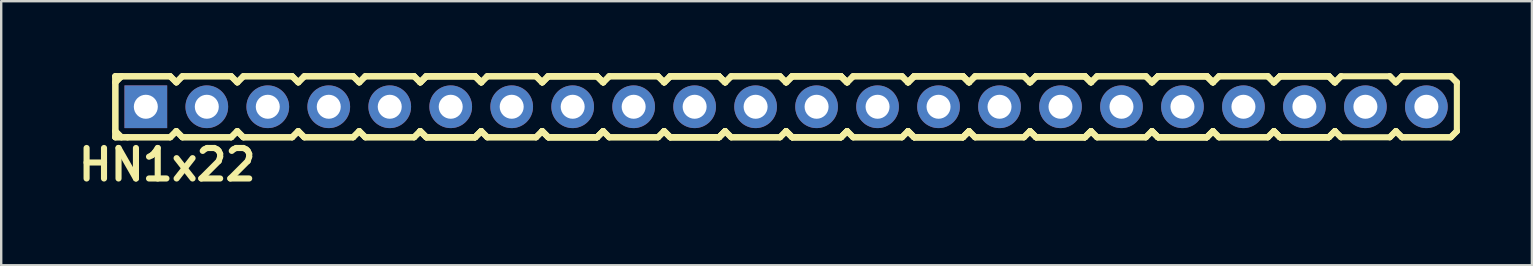
<source format=kicad_pcb>
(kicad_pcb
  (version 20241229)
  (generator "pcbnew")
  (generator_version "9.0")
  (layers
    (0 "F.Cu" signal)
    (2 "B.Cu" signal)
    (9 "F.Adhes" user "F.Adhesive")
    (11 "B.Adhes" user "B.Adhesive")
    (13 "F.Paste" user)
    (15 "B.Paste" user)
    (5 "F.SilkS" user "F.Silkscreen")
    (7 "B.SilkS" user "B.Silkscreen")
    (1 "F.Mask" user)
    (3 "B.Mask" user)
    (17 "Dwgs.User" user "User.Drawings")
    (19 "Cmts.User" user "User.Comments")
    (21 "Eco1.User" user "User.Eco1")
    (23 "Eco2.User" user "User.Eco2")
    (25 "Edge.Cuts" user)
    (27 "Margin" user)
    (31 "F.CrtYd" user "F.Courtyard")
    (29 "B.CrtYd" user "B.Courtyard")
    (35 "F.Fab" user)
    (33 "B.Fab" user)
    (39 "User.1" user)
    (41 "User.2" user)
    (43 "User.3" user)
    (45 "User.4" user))
  (footprint "HN1x22"
    (layer "F.Cu")
    (at 29.694 1.397)
    (property "Reference" "HN1x22" (at -25.781 2.413 0) (layer "F.SilkS") (effects (font (size 1.27 1.27) (thickness 0.254))))
    (attr through_hole)
    (fp_line (start -27.94 -1.27) (end -27.94 1.27) (stroke (width 0.254) (type solid)) (layer "F.SilkS"))
    (fp_line (start -27.94 -1.27) (end -27.94 1.27) (stroke (width 0.254) (type solid)) (layer "F.SilkS"))
    (fp_line (start -27.94 -1.27) (end -27.686 -1.27) (stroke (width 0.254) (type solid)) (layer "F.SilkS"))
    (fp_line (start -27.94 -1.27) (end -27.686 -1.27) (stroke (width 0.254) (type solid)) (layer "F.SilkS"))
    (fp_line (start -27.94 -1.016) (end -27.686 -1.27) (stroke (width 0.254) (type solid)) (layer "F.SilkS"))
    (fp_line (start -27.94 -1.016) (end -27.686 -1.27) (stroke (width 0.254) (type solid)) (layer "F.SilkS"))
    (fp_line (start -27.686 -1.27) (end -25.654 -1.27) (stroke (width 0.254) (type solid)) (layer "F.SilkS"))
    (fp_line (start -27.686 -1.27) (end -25.654 -1.27) (stroke (width 0.254) (type solid)) (layer "F.SilkS"))
    (fp_line (start -27.686 1.27) (end -27.94 1.016) (stroke (width 0.254) (type solid)) (layer "F.SilkS"))
    (fp_line (start -27.686 1.27) (end -27.94 1.016) (stroke (width 0.254) (type solid)) (layer "F.SilkS"))
    (fp_line (start -27.432 1.27) (end -27.94 1.27) (stroke (width 0.254) (type solid)) (layer "F.SilkS"))
    (fp_line (start -27.432 1.27) (end -27.94 1.27) (stroke (width 0.254) (type solid)) (layer "F.SilkS"))
    (fp_line (start -25.654 -1.27) (end -25.4 -1.016) (stroke (width 0.254) (type solid)) (layer "F.SilkS"))
    (fp_line (start -25.654 -1.27) (end -25.4 -1.016) (stroke (width 0.254) (type solid)) (layer "F.SilkS"))
    (fp_line (start -25.654 1.27) (end -27.432 1.27) (stroke (width 0.254) (type solid)) (layer "F.SilkS"))
    (fp_line (start -25.654 1.27) (end -27.432 1.27) (stroke (width 0.254) (type solid)) (layer "F.SilkS"))
    (fp_line (start -25.4 -1.016) (end -25.146 -1.27) (stroke (width 0.254) (type solid)) (layer "F.SilkS"))
    (fp_line (start -25.4 -1.016) (end -25.146 -1.27) (stroke (width 0.254) (type solid)) (layer "F.SilkS"))
    (fp_line (start -25.4 1.016) (end -25.654 1.27) (stroke (width 0.254) (type solid)) (layer "F.SilkS"))
    (fp_line (start -25.4 1.016) (end -25.654 1.27) (stroke (width 0.254) (type solid)) (layer "F.SilkS"))
    (fp_line (start -25.146 -1.27) (end -23.114 -1.27) (stroke (width 0.254) (type solid)) (layer "F.SilkS"))
    (fp_line (start -25.146 -1.27) (end -23.114 -1.27) (stroke (width 0.254) (type solid)) (layer "F.SilkS"))
    (fp_line (start -25.146 1.27) (end -25.4 1.016) (stroke (width 0.254) (type solid)) (layer "F.SilkS"))
    (fp_line (start -25.146 1.27) (end -25.4 1.016) (stroke (width 0.254) (type solid)) (layer "F.SilkS"))
    (fp_line (start -23.114 -1.27) (end -22.86 -1.016) (stroke (width 0.254) (type solid)) (layer "F.SilkS"))
    (fp_line (start -23.114 -1.27) (end -22.86 -1.016) (stroke (width 0.254) (type solid)) (layer "F.SilkS"))
    (fp_line (start -23.114 1.27) (end -25.146 1.27) (stroke (width 0.254) (type solid)) (layer "F.SilkS"))
    (fp_line (start -23.114 1.27) (end -25.146 1.27) (stroke (width 0.254) (type solid)) (layer "F.SilkS"))
    (fp_line (start -23.114 1.27) (end -22.86 1.016) (stroke (width 0.254) (type solid)) (layer "F.SilkS"))
    (fp_line (start -23.114 1.27) (end -22.86 1.016) (stroke (width 0.254) (type solid)) (layer "F.SilkS"))
    (fp_line (start -22.86 -1.016) (end -22.606 -1.27) (stroke (width 0.254) (type solid)) (layer "F.SilkS"))
    (fp_line (start -22.86 -1.016) (end -22.606 -1.27) (stroke (width 0.254) (type solid)) (layer "F.SilkS"))
    (fp_line (start -22.86 1.016) (end -22.606 1.27) (stroke (width 0.254) (type solid)) (layer "F.SilkS"))
    (fp_line (start -22.86 1.016) (end -22.606 1.27) (stroke (width 0.254) (type solid)) (layer "F.SilkS"))
    (fp_line (start -22.606 -1.27) (end -20.574 -1.27) (stroke (width 0.254) (type solid)) (layer "F.SilkS"))
    (fp_line (start -22.606 -1.27) (end -20.574 -1.27) (stroke (width 0.254) (type solid)) (layer "F.SilkS"))
    (fp_line (start -20.574 -1.27) (end -20.32 -1.016) (stroke (width 0.254) (type solid)) (layer "F.SilkS"))
    (fp_line (start -20.574 -1.27) (end -20.32 -1.016) (stroke (width 0.254) (type solid)) (layer "F.SilkS"))
    (fp_line (start -20.574 1.27) (end -22.606 1.27) (stroke (width 0.254) (type solid)) (layer "F.SilkS"))
    (fp_line (start -20.574 1.27) (end -22.606 1.27) (stroke (width 0.254) (type solid)) (layer "F.SilkS"))
    (fp_line (start -20.32 -1.016) (end -20.066 -1.27) (stroke (width 0.254) (type solid)) (layer "F.SilkS"))
    (fp_line (start -20.32 -1.016) (end -20.066 -1.27) (stroke (width 0.254) (type solid)) (layer "F.SilkS"))
    (fp_line (start -20.32 1.016) (end -20.574 1.27) (stroke (width 0.254) (type solid)) (layer "F.SilkS"))
    (fp_line (start -20.32 1.016) (end -20.574 1.27) (stroke (width 0.254) (type solid)) (layer "F.SilkS"))
    (fp_line (start -20.066 -1.27) (end -18.034 -1.27) (stroke (width 0.254) (type solid)) (layer "F.SilkS"))
    (fp_line (start -20.066 -1.27) (end -18.034 -1.27) (stroke (width 0.254) (type solid)) (layer "F.SilkS"))
    (fp_line (start -20.066 1.27) (end -20.32 1.016) (stroke (width 0.254) (type solid)) (layer "F.SilkS"))
    (fp_line (start -20.066 1.27) (end -20.32 1.016) (stroke (width 0.254) (type solid)) (layer "F.SilkS"))
    (fp_line (start -18.034 -1.27) (end -17.78 -1.016) (stroke (width 0.254) (type solid)) (layer "F.SilkS"))
    (fp_line (start -18.034 -1.27) (end -17.78 -1.016) (stroke (width 0.254) (type solid)) (layer "F.SilkS"))
    (fp_line (start -18.034 1.27) (end -20.066 1.27) (stroke (width 0.254) (type solid)) (layer "F.SilkS"))
    (fp_line (start -18.034 1.27) (end -20.066 1.27) (stroke (width 0.254) (type solid)) (layer "F.SilkS"))
    (fp_line (start -17.78 -1.016) (end -17.526 -1.27) (stroke (width 0.254) (type solid)) (layer "F.SilkS"))
    (fp_line (start -17.78 -1.016) (end -17.526 -1.27) (stroke (width 0.254) (type solid)) (layer "F.SilkS"))
    (fp_line (start -17.78 1.016) (end -18.034 1.27) (stroke (width 0.254) (type solid)) (layer "F.SilkS"))
    (fp_line (start -17.78 1.016) (end -18.034 1.27) (stroke (width 0.254) (type solid)) (layer "F.SilkS"))
    (fp_line (start -17.526 -1.27) (end -15.494 -1.27) (stroke (width 0.254) (type solid)) (layer "F.SilkS"))
    (fp_line (start -17.526 -1.27) (end -15.494 -1.27) (stroke (width 0.254) (type solid)) (layer "F.SilkS"))
    (fp_line (start -17.526 1.27) (end -17.78 1.016) (stroke (width 0.254) (type solid)) (layer "F.SilkS"))
    (fp_line (start -17.526 1.27) (end -17.78 1.016) (stroke (width 0.254) (type solid)) (layer "F.SilkS"))
    (fp_line (start -15.494 -1.27) (end -15.24 -1.016) (stroke (width 0.254) (type solid)) (layer "F.SilkS"))
    (fp_line (start -15.494 -1.27) (end -15.24 -1.016) (stroke (width 0.254) (type solid)) (layer "F.SilkS"))
    (fp_line (start -15.494 1.27) (end -17.526 1.27) (stroke (width 0.254) (type solid)) (layer "F.SilkS"))
    (fp_line (start -15.494 1.27) (end -17.526 1.27) (stroke (width 0.254) (type solid)) (layer "F.SilkS"))
    (fp_line (start -15.24 -1.016) (end -14.986 -1.27) (stroke (width 0.254) (type solid)) (layer "F.SilkS"))
    (fp_line (start -15.24 -1.016) (end -14.986 -1.27) (stroke (width 0.254) (type solid)) (layer "F.SilkS"))
    (fp_line (start -15.24 -1.016) (end -14.986 -1.27) (stroke (width 0.254) (type solid)) (layer "F.SilkS"))
    (fp_line (start -15.24 -1.016) (end -14.986 -1.27) (stroke (width 0.254) (type solid)) (layer "F.SilkS"))
    (fp_line (start -15.24 1.016) (end -15.494 1.27) (stroke (width 0.254) (type solid)) (layer "F.SilkS"))
    (fp_line (start -15.24 1.016) (end -15.494 1.27) (stroke (width 0.254) (type solid)) (layer "F.SilkS"))
    (fp_line (start -14.986 -1.27) (end -12.954 -1.27) (stroke (width 0.254) (type solid)) (layer "F.SilkS"))
    (fp_line (start -14.986 -1.27) (end -12.954 -1.27) (stroke (width 0.254) (type solid)) (layer "F.SilkS"))
    (fp_line (start -14.986 -1.27) (end -12.954 -1.27) (stroke (width 0.254) (type solid)) (layer "F.SilkS"))
    (fp_line (start -14.986 -1.27) (end -12.954 -1.27) (stroke (width 0.254) (type solid)) (layer "F.SilkS"))
    (fp_line (start -14.986 1.27) (end -15.24 1.016) (stroke (width 0.254) (type solid)) (layer "F.SilkS"))
    (fp_line (start -14.986 1.27) (end -15.24 1.016) (stroke (width 0.254) (type solid)) (layer "F.SilkS"))
    (fp_line (start -14.986 1.27) (end -15.24 1.016) (stroke (width 0.254) (type solid)) (layer "F.SilkS"))
    (fp_line (start -14.986 1.27) (end -15.24 1.016) (stroke (width 0.254) (type solid)) (layer "F.SilkS"))
    (fp_line (start -12.954 -1.27) (end -12.7 -1.016) (stroke (width 0.254) (type solid)) (layer "F.SilkS"))
    (fp_line (start -12.954 -1.27) (end -12.7 -1.016) (stroke (width 0.254) (type solid)) (layer "F.SilkS"))
    (fp_line (start -12.954 -1.27) (end -12.7 -1.016) (stroke (width 0.254) (type solid)) (layer "F.SilkS"))
    (fp_line (start -12.954 -1.27) (end -12.7 -1.016) (stroke (width 0.254) (type solid)) (layer "F.SilkS"))
    (fp_line (start -12.954 1.27) (end -14.986 1.27) (stroke (width 0.254) (type solid)) (layer "F.SilkS"))
    (fp_line (start -12.954 1.27) (end -14.986 1.27) (stroke (width 0.254) (type solid)) (layer "F.SilkS"))
    (fp_line (start -12.954 1.27) (end -14.986 1.27) (stroke (width 0.254) (type solid)) (layer "F.SilkS"))
    (fp_line (start -12.954 1.27) (end -14.986 1.27) (stroke (width 0.254) (type solid)) (layer "F.SilkS"))
    (fp_line (start -12.7 -1.016) (end -12.446 -1.27) (stroke (width 0.254) (type solid)) (layer "F.SilkS"))
    (fp_line (start -12.7 -1.016) (end -12.446 -1.27) (stroke (width 0.254) (type solid)) (layer "F.SilkS"))
    (fp_line (start -12.7 1.016) (end -12.954 1.27) (stroke (width 0.254) (type solid)) (layer "F.SilkS"))
    (fp_line (start -12.7 1.016) (end -12.954 1.27) (stroke (width 0.254) (type solid)) (layer "F.SilkS"))
    (fp_line (start -12.7 1.016) (end -12.954 1.27) (stroke (width 0.254) (type solid)) (layer "F.SilkS"))
    (fp_line (start -12.7 1.016) (end -12.954 1.27) (stroke (width 0.254) (type solid)) (layer "F.SilkS"))
    (fp_line (start -12.446 -1.27) (end -10.414 -1.27) (stroke (width 0.254) (type solid)) (layer "F.SilkS"))
    (fp_line (start -12.446 -1.27) (end -10.414 -1.27) (stroke (width 0.254) (type solid)) (layer "F.SilkS"))
    (fp_line (start -12.446 1.27) (end -12.7 1.016) (stroke (width 0.254) (type solid)) (layer "F.SilkS"))
    (fp_line (start -12.446 1.27) (end -12.7 1.016) (stroke (width 0.254) (type solid)) (layer "F.SilkS"))
    (fp_line (start -10.414 -1.27) (end -10.16 -1.016) (stroke (width 0.254) (type solid)) (layer "F.SilkS"))
    (fp_line (start -10.414 -1.27) (end -10.16 -1.016) (stroke (width 0.254) (type solid)) (layer "F.SilkS"))
    (fp_line (start -10.414 1.27) (end -12.446 1.27) (stroke (width 0.254) (type solid)) (layer "F.SilkS"))
    (fp_line (start -10.414 1.27) (end -12.446 1.27) (stroke (width 0.254) (type solid)) (layer "F.SilkS"))
    (fp_line (start -10.16 -1.016) (end -9.906 -1.27) (stroke (width 0.254) (type solid)) (layer "F.SilkS"))
    (fp_line (start -10.16 -1.016) (end -9.906 -1.27) (stroke (width 0.254) (type solid)) (layer "F.SilkS"))
    (fp_line (start -10.16 -1.016) (end -9.906 -1.27) (stroke (width 0.254) (type solid)) (layer "F.SilkS"))
    (fp_line (start -10.16 -1.016) (end -9.906 -1.27) (stroke (width 0.254) (type solid)) (layer "F.SilkS"))
    (fp_line (start -10.16 1.016) (end -10.414 1.27) (stroke (width 0.254) (type solid)) (layer "F.SilkS"))
    (fp_line (start -10.16 1.016) (end -10.414 1.27) (stroke (width 0.254) (type solid)) (layer "F.SilkS"))
    (fp_line (start -9.906 -1.27) (end -7.874 -1.27) (stroke (width 0.254) (type solid)) (layer "F.SilkS"))
    (fp_line (start -9.906 -1.27) (end -7.874 -1.27) (stroke (width 0.254) (type solid)) (layer "F.SilkS"))
    (fp_line (start -9.906 -1.27) (end -7.874 -1.27) (stroke (width 0.254) (type solid)) (layer "F.SilkS"))
    (fp_line (start -9.906 -1.27) (end -7.874 -1.27) (stroke (width 0.254) (type solid)) (layer "F.SilkS"))
    (fp_line (start -9.906 1.27) (end -10.16 1.016) (stroke (width 0.254) (type solid)) (layer "F.SilkS"))
    (fp_line (start -9.906 1.27) (end -10.16 1.016) (stroke (width 0.254) (type solid)) (layer "F.SilkS"))
    (fp_line (start -9.906 1.27) (end -10.16 1.016) (stroke (width 0.254) (type solid)) (layer "F.SilkS"))
    (fp_line (start -9.906 1.27) (end -10.16 1.016) (stroke (width 0.254) (type solid)) (layer "F.SilkS"))
    (fp_line (start -7.874 -1.27) (end -7.62 -1.016) (stroke (width 0.254) (type solid)) (layer "F.SilkS"))
    (fp_line (start -7.874 -1.27) (end -7.62 -1.016) (stroke (width 0.254) (type solid)) (layer "F.SilkS"))
    (fp_line (start -7.874 -1.27) (end -7.62 -1.016) (stroke (width 0.254) (type solid)) (layer "F.SilkS"))
    (fp_line (start -7.874 -1.27) (end -7.62 -1.016) (stroke (width 0.254) (type solid)) (layer "F.SilkS"))
    (fp_line (start -7.874 1.27) (end -9.906 1.27) (stroke (width 0.254) (type solid)) (layer "F.SilkS"))
    (fp_line (start -7.874 1.27) (end -9.906 1.27) (stroke (width 0.254) (type solid)) (layer "F.SilkS"))
    (fp_line (start -7.874 1.27) (end -9.906 1.27) (stroke (width 0.254) (type solid)) (layer "F.SilkS"))
    (fp_line (start -7.874 1.27) (end -9.906 1.27) (stroke (width 0.254) (type solid)) (layer "F.SilkS"))
    (fp_line (start -7.62 -1.016) (end -7.366 -1.27) (stroke (width 0.254) (type solid)) (layer "F.SilkS"))
    (fp_line (start -7.62 -1.016) (end -7.366 -1.27) (stroke (width 0.254) (type solid)) (layer "F.SilkS"))
    (fp_line (start -7.62 1.016) (end -7.874 1.27) (stroke (width 0.254) (type solid)) (layer "F.SilkS"))
    (fp_line (start -7.62 1.016) (end -7.874 1.27) (stroke (width 0.254) (type solid)) (layer "F.SilkS"))
    (fp_line (start -7.62 1.016) (end -7.874 1.27) (stroke (width 0.254) (type solid)) (layer "F.SilkS"))
    (fp_line (start -7.62 1.016) (end -7.874 1.27) (stroke (width 0.254) (type solid)) (layer "F.SilkS"))
    (fp_line (start -7.366 -1.27) (end -5.334 -1.27) (stroke (width 0.254) (type solid)) (layer "F.SilkS"))
    (fp_line (start -7.366 -1.27) (end -5.334 -1.27) (stroke (width 0.254) (type solid)) (layer "F.SilkS"))
    (fp_line (start -7.366 1.27) (end -7.62 1.016) (stroke (width 0.254) (type solid)) (layer "F.SilkS"))
    (fp_line (start -7.366 1.27) (end -7.62 1.016) (stroke (width 0.254) (type solid)) (layer "F.SilkS"))
    (fp_line (start -5.334 -1.27) (end -5.08 -1.016) (stroke (width 0.254) (type solid)) (layer "F.SilkS"))
    (fp_line (start -5.334 -1.27) (end -5.08 -1.016) (stroke (width 0.254) (type solid)) (layer "F.SilkS"))
    (fp_line (start -5.334 1.27) (end -7.366 1.27) (stroke (width 0.254) (type solid)) (layer "F.SilkS"))
    (fp_line (start -5.334 1.27) (end -7.366 1.27) (stroke (width 0.254) (type solid)) (layer "F.SilkS"))
    (fp_line (start -5.08 -1.016) (end -4.826 -1.27) (stroke (width 0.254) (type solid)) (layer "F.SilkS"))
    (fp_line (start -5.08 -1.016) (end -4.826 -1.27) (stroke (width 0.254) (type solid)) (layer "F.SilkS"))
    (fp_line (start -5.08 -1.016) (end -4.826 -1.27) (stroke (width 0.254) (type solid)) (layer "F.SilkS"))
    (fp_line (start -5.08 -1.016) (end -4.826 -1.27) (stroke (width 0.254) (type solid)) (layer "F.SilkS"))
    (fp_line (start -5.08 1.016) (end -5.334 1.27) (stroke (width 0.254) (type solid)) (layer "F.SilkS"))
    (fp_line (start -5.08 1.016) (end -5.334 1.27) (stroke (width 0.254) (type solid)) (layer "F.SilkS"))
    (fp_line (start -4.826 -1.27) (end -2.794 -1.27) (stroke (width 0.254) (type solid)) (layer "F.SilkS"))
    (fp_line (start -4.826 -1.27) (end -2.794 -1.27) (stroke (width 0.254) (type solid)) (layer "F.SilkS"))
    (fp_line (start -4.826 -1.27) (end -2.794 -1.27) (stroke (width 0.254) (type solid)) (layer "F.SilkS"))
    (fp_line (start -4.826 -1.27) (end -2.794 -1.27) (stroke (width 0.254) (type solid)) (layer "F.SilkS"))
    (fp_line (start -4.826 1.27) (end -5.08 1.016) (stroke (width 0.254) (type solid)) (layer "F.SilkS"))
    (fp_line (start -4.826 1.27) (end -5.08 1.016) (stroke (width 0.254) (type solid)) (layer "F.SilkS"))
    (fp_line (start -4.826 1.27) (end -5.08 1.016) (stroke (width 0.254) (type solid)) (layer "F.SilkS"))
    (fp_line (start -4.826 1.27) (end -5.08 1.016) (stroke (width 0.254) (type solid)) (layer "F.SilkS"))
    (fp_line (start -2.794 -1.27) (end -2.54 -1.016) (stroke (width 0.254) (type solid)) (layer "F.SilkS"))
    (fp_line (start -2.794 -1.27) (end -2.54 -1.016) (stroke (width 0.254) (type solid)) (layer "F.SilkS"))
    (fp_line (start -2.794 -1.27) (end -2.54 -1.016) (stroke (width 0.254) (type solid)) (layer "F.SilkS"))
    (fp_line (start -2.794 -1.27) (end -2.54 -1.016) (stroke (width 0.254) (type solid)) (layer "F.SilkS"))
    (fp_line (start -2.794 1.27) (end -4.826 1.27) (stroke (width 0.254) (type solid)) (layer "F.SilkS"))
    (fp_line (start -2.794 1.27) (end -4.826 1.27) (stroke (width 0.254) (type solid)) (layer "F.SilkS"))
    (fp_line (start -2.794 1.27) (end -4.826 1.27) (stroke (width 0.254) (type solid)) (layer "F.SilkS"))
    (fp_line (start -2.794 1.27) (end -4.826 1.27) (stroke (width 0.254) (type solid)) (layer "F.SilkS"))
    (fp_line (start -2.54 -1.016) (end -2.286 -1.27) (stroke (width 0.254) (type solid)) (layer "F.SilkS"))
    (fp_line (start -2.54 -1.016) (end -2.286 -1.27) (stroke (width 0.254) (type solid)) (layer "F.SilkS"))
    (fp_line (start -2.54 1.016) (end -2.794 1.27) (stroke (width 0.254) (type solid)) (layer "F.SilkS"))
    (fp_line (start -2.54 1.016) (end -2.794 1.27) (stroke (width 0.254) (type solid)) (layer "F.SilkS"))
    (fp_line (start -2.54 1.016) (end -2.794 1.27) (stroke (width 0.254) (type solid)) (layer "F.SilkS"))
    (fp_line (start -2.54 1.016) (end -2.794 1.27) (stroke (width 0.254) (type solid)) (layer "F.SilkS"))
    (fp_line (start -2.286 -1.27) (end -0.254 -1.27) (stroke (width 0.254) (type solid)) (layer "F.SilkS"))
    (fp_line (start -2.286 -1.27) (end -0.254 -1.27) (stroke (width 0.254) (type solid)) (layer "F.SilkS"))
    (fp_line (start -2.286 1.27) (end -2.54 1.016) (stroke (width 0.254) (type solid)) (layer "F.SilkS"))
    (fp_line (start -2.286 1.27) (end -2.54 1.016) (stroke (width 0.254) (type solid)) (layer "F.SilkS"))
    (fp_line (start -0.254 -1.27) (end 0 -1.016) (stroke (width 0.254) (type solid)) (layer "F.SilkS"))
    (fp_line (start -0.254 -1.27) (end 0 -1.016) (stroke (width 0.254) (type solid)) (layer "F.SilkS"))
    (fp_line (start -0.254 1.27) (end -2.286 1.27) (stroke (width 0.254) (type solid)) (layer "F.SilkS"))
    (fp_line (start -0.254 1.27) (end -2.286 1.27) (stroke (width 0.254) (type solid)) (layer "F.SilkS"))
    (fp_line (start 0 -1.016) (end 0.254 -1.27) (stroke (width 0.254) (type solid)) (layer "F.SilkS"))
    (fp_line (start 0 -1.016) (end 0.254 -1.27) (stroke (width 0.254) (type solid)) (layer "F.SilkS"))
    (fp_line (start 0 -1.016) (end 0.254 -1.27) (stroke (width 0.254) (type solid)) (layer "F.SilkS"))
    (fp_line (start 0 -1.016) (end 0.254 -1.27) (stroke (width 0.254) (type solid)) (layer "F.SilkS"))
    (fp_line (start 0 1.016) (end -0.254 1.27) (stroke (width 0.254) (type solid)) (layer "F.SilkS"))
    (fp_line (start 0 1.016) (end -0.254 1.27) (stroke (width 0.254) (type solid)) (layer "F.SilkS"))
    (fp_line (start 0.254 -1.27) (end 2.286 -1.27) (stroke (width 0.254) (type solid)) (layer "F.SilkS"))
    (fp_line (start 0.254 -1.27) (end 2.286 -1.27) (stroke (width 0.254) (type solid)) (layer "F.SilkS"))
    (fp_line (start 0.254 -1.27) (end 2.286 -1.27) (stroke (width 0.254) (type solid)) (layer "F.SilkS"))
    (fp_line (start 0.254 -1.27) (end 2.286 -1.27) (stroke (width 0.254) (type solid)) (layer "F.SilkS"))
    (fp_line (start 0.254 1.27) (end 0 1.016) (stroke (width 0.254) (type solid)) (layer "F.SilkS"))
    (fp_line (start 0.254 1.27) (end 0 1.016) (stroke (width 0.254) (type solid)) (layer "F.SilkS"))
    (fp_line (start 0.254 1.27) (end 0 1.016) (stroke (width 0.254) (type solid)) (layer "F.SilkS"))
    (fp_line (start 0.254 1.27) (end 0 1.016) (stroke (width 0.254) (type solid)) (layer "F.SilkS"))
    (fp_line (start 2.286 -1.27) (end 2.54 -1.016) (stroke (width 0.254) (type solid)) (layer "F.SilkS"))
    (fp_line (start 2.286 -1.27) (end 2.54 -1.016) (stroke (width 0.254) (type solid)) (layer "F.SilkS"))
    (fp_line (start 2.286 -1.27) (end 2.54 -1.016) (stroke (width 0.254) (type solid)) (layer "F.SilkS"))
    (fp_line (start 2.286 -1.27) (end 2.54 -1.016) (stroke (width 0.254) (type solid)) (layer "F.SilkS"))
    (fp_line (start 2.286 1.27) (end 0.254 1.27) (stroke (width 0.254) (type solid)) (layer "F.SilkS"))
    (fp_line (start 2.286 1.27) (end 0.254 1.27) (stroke (width 0.254) (type solid)) (layer "F.SilkS"))
    (fp_line (start 2.286 1.27) (end 0.254 1.27) (stroke (width 0.254) (type solid)) (layer "F.SilkS"))
    (fp_line (start 2.286 1.27) (end 0.254 1.27) (stroke (width 0.254) (type solid)) (layer "F.SilkS"))
    (fp_line (start 2.54 -1.016) (end 2.794 -1.27) (stroke (width 0.254) (type solid)) (layer "F.SilkS"))
    (fp_line (start 2.54 -1.016) (end 2.794 -1.27) (stroke (width 0.254) (type solid)) (layer "F.SilkS"))
    (fp_line (start 2.54 1.016) (end 2.286 1.27) (stroke (width 0.254) (type solid)) (layer "F.SilkS"))
    (fp_line (start 2.54 1.016) (end 2.286 1.27) (stroke (width 0.254) (type solid)) (layer "F.SilkS"))
    (fp_line (start 2.54 1.016) (end 2.286 1.27) (stroke (width 0.254) (type solid)) (layer "F.SilkS"))
    (fp_line (start 2.54 1.016) (end 2.286 1.27) (stroke (width 0.254) (type solid)) (layer "F.SilkS"))
    (fp_line (start 2.794 -1.27) (end 4.826 -1.27) (stroke (width 0.254) (type solid)) (layer "F.SilkS"))
    (fp_line (start 2.794 -1.27) (end 4.826 -1.27) (stroke (width 0.254) (type solid)) (layer "F.SilkS"))
    (fp_line (start 2.794 1.27) (end 2.54 1.016) (stroke (width 0.254) (type solid)) (layer "F.SilkS"))
    (fp_line (start 2.794 1.27) (end 2.54 1.016) (stroke (width 0.254) (type solid)) (layer "F.SilkS"))
    (fp_line (start 4.826 -1.27) (end 5.08 -1.016) (stroke (width 0.254) (type solid)) (layer "F.SilkS"))
    (fp_line (start 4.826 -1.27) (end 5.08 -1.016) (stroke (width 0.254) (type solid)) (layer "F.SilkS"))
    (fp_line (start 4.826 1.27) (end 2.794 1.27) (stroke (width 0.254) (type solid)) (layer "F.SilkS"))
    (fp_line (start 4.826 1.27) (end 2.794 1.27) (stroke (width 0.254) (type solid)) (layer "F.SilkS"))
    (fp_line (start 5.08 -1.016) (end 5.334 -1.27) (stroke (width 0.254) (type solid)) (layer "F.SilkS"))
    (fp_line (start 5.08 -1.016) (end 5.334 -1.27) (stroke (width 0.254) (type solid)) (layer "F.SilkS"))
    (fp_line (start 5.08 -1.016) (end 5.334 -1.27) (stroke (width 0.254) (type solid)) (layer "F.SilkS"))
    (fp_line (start 5.08 -1.016) (end 5.334 -1.27) (stroke (width 0.254) (type solid)) (layer "F.SilkS"))
    (fp_line (start 5.08 1.016) (end 4.826 1.27) (stroke (width 0.254) (type solid)) (layer "F.SilkS"))
    (fp_line (start 5.08 1.016) (end 4.826 1.27) (stroke (width 0.254) (type solid)) (layer "F.SilkS"))
    (fp_line (start 5.334 -1.27) (end 7.366 -1.27) (stroke (width 0.254) (type solid)) (layer "F.SilkS"))
    (fp_line (start 5.334 -1.27) (end 7.366 -1.27) (stroke (width 0.254) (type solid)) (layer "F.SilkS"))
    (fp_line (start 5.334 -1.27) (end 7.366 -1.27) (stroke (width 0.254) (type solid)) (layer "F.SilkS"))
    (fp_line (start 5.334 -1.27) (end 7.366 -1.27) (stroke (width 0.254) (type solid)) (layer "F.SilkS"))
    (fp_line (start 5.334 1.27) (end 5.08 1.016) (stroke (width 0.254) (type solid)) (layer "F.SilkS"))
    (fp_line (start 5.334 1.27) (end 5.08 1.016) (stroke (width 0.254) (type solid)) (layer "F.SilkS"))
    (fp_line (start 5.334 1.27) (end 5.08 1.016) (stroke (width 0.254) (type solid)) (layer "F.SilkS"))
    (fp_line (start 5.334 1.27) (end 5.08 1.016) (stroke (width 0.254) (type solid)) (layer "F.SilkS"))
    (fp_line (start 7.366 -1.27) (end 7.62 -1.016) (stroke (width 0.254) (type solid)) (layer "F.SilkS"))
    (fp_line (start 7.366 -1.27) (end 7.62 -1.016) (stroke (width 0.254) (type solid)) (layer "F.SilkS"))
    (fp_line (start 7.366 -1.27) (end 7.62 -1.016) (stroke (width 0.254) (type solid)) (layer "F.SilkS"))
    (fp_line (start 7.366 -1.27) (end 7.62 -1.016) (stroke (width 0.254) (type solid)) (layer "F.SilkS"))
    (fp_line (start 7.366 1.27) (end 5.334 1.27) (stroke (width 0.254) (type solid)) (layer "F.SilkS"))
    (fp_line (start 7.366 1.27) (end 5.334 1.27) (stroke (width 0.254) (type solid)) (layer "F.SilkS"))
    (fp_line (start 7.366 1.27) (end 5.334 1.27) (stroke (width 0.254) (type solid)) (layer "F.SilkS"))
    (fp_line (start 7.366 1.27) (end 5.334 1.27) (stroke (width 0.254) (type solid)) (layer "F.SilkS"))
    (fp_line (start 7.62 -1.016) (end 7.874 -1.27) (stroke (width 0.254) (type solid)) (layer "F.SilkS"))
    (fp_line (start 7.62 -1.016) (end 7.874 -1.27) (stroke (width 0.254) (type solid)) (layer "F.SilkS"))
    (fp_line (start 7.62 1.016) (end 7.366 1.27) (stroke (width 0.254) (type solid)) (layer "F.SilkS"))
    (fp_line (start 7.62 1.016) (end 7.366 1.27) (stroke (width 0.254) (type solid)) (layer "F.SilkS"))
    (fp_line (start 7.62 1.016) (end 7.366 1.27) (stroke (width 0.254) (type solid)) (layer "F.SilkS"))
    (fp_line (start 7.62 1.016) (end 7.366 1.27) (stroke (width 0.254) (type solid)) (layer "F.SilkS"))
    (fp_line (start 7.874 -1.27) (end 9.906 -1.27) (stroke (width 0.254) (type solid)) (layer "F.SilkS"))
    (fp_line (start 7.874 -1.27) (end 9.906 -1.27) (stroke (width 0.254) (type solid)) (layer "F.SilkS"))
    (fp_line (start 7.874 1.27) (end 7.62 1.016) (stroke (width 0.254) (type solid)) (layer "F.SilkS"))
    (fp_line (start 7.874 1.27) (end 7.62 1.016) (stroke (width 0.254) (type solid)) (layer "F.SilkS"))
    (fp_line (start 9.906 -1.27) (end 10.16 -1.016) (stroke (width 0.254) (type solid)) (layer "F.SilkS"))
    (fp_line (start 9.906 -1.27) (end 10.16 -1.016) (stroke (width 0.254) (type solid)) (layer "F.SilkS"))
    (fp_line (start 9.906 1.27) (end 7.874 1.27) (stroke (width 0.254) (type solid)) (layer "F.SilkS"))
    (fp_line (start 9.906 1.27) (end 7.874 1.27) (stroke (width 0.254) (type solid)) (layer "F.SilkS"))
    (fp_line (start 10.16 -1.016) (end 10.414 -1.27) (stroke (width 0.254) (type solid)) (layer "F.SilkS"))
    (fp_line (start 10.16 -1.016) (end 10.414 -1.27) (stroke (width 0.254) (type solid)) (layer "F.SilkS"))
    (fp_line (start 10.16 -1.016) (end 10.414 -1.27) (stroke (width 0.254) (type solid)) (layer "F.SilkS"))
    (fp_line (start 10.16 -1.016) (end 10.414 -1.27) (stroke (width 0.254) (type solid)) (layer "F.SilkS"))
    (fp_line (start 10.16 1.016) (end 9.906 1.27) (stroke (width 0.254) (type solid)) (layer "F.SilkS"))
    (fp_line (start 10.16 1.016) (end 9.906 1.27) (stroke (width 0.254) (type solid)) (layer "F.SilkS"))
    (fp_line (start 10.414 -1.27) (end 12.446 -1.27) (stroke (width 0.254) (type solid)) (layer "F.SilkS"))
    (fp_line (start 10.414 -1.27) (end 12.446 -1.27) (stroke (width 0.254) (type solid)) (layer "F.SilkS"))
    (fp_line (start 10.414 -1.27) (end 12.446 -1.27) (stroke (width 0.254) (type solid)) (layer "F.SilkS"))
    (fp_line (start 10.414 -1.27) (end 12.446 -1.27) (stroke (width 0.254) (type solid)) (layer "F.SilkS"))
    (fp_line (start 10.414 1.27) (end 10.16 1.016) (stroke (width 0.254) (type solid)) (layer "F.SilkS"))
    (fp_line (start 10.414 1.27) (end 10.16 1.016) (stroke (width 0.254) (type solid)) (layer "F.SilkS"))
    (fp_line (start 10.414 1.27) (end 10.16 1.016) (stroke (width 0.254) (type solid)) (layer "F.SilkS"))
    (fp_line (start 10.414 1.27) (end 10.16 1.016) (stroke (width 0.254) (type solid)) (layer "F.SilkS"))
    (fp_line (start 12.446 -1.27) (end 12.7 -1.016) (stroke (width 0.254) (type solid)) (layer "F.SilkS"))
    (fp_line (start 12.446 -1.27) (end 12.7 -1.016) (stroke (width 0.254) (type solid)) (layer "F.SilkS"))
    (fp_line (start 12.446 -1.27) (end 12.7 -1.016) (stroke (width 0.254) (type solid)) (layer "F.SilkS"))
    (fp_line (start 12.446 -1.27) (end 12.7 -1.016) (stroke (width 0.254) (type solid)) (layer "F.SilkS"))
    (fp_line (start 12.446 1.27) (end 10.414 1.27) (stroke (width 0.254) (type solid)) (layer "F.SilkS"))
    (fp_line (start 12.446 1.27) (end 10.414 1.27) (stroke (width 0.254) (type solid)) (layer "F.SilkS"))
    (fp_line (start 12.446 1.27) (end 10.414 1.27) (stroke (width 0.254) (type solid)) (layer "F.SilkS"))
    (fp_line (start 12.446 1.27) (end 10.414 1.27) (stroke (width 0.254) (type solid)) (layer "F.SilkS"))
    (fp_line (start 12.7 -1.016) (end 12.954 -1.27) (stroke (width 0.254) (type solid)) (layer "F.SilkS"))
    (fp_line (start 12.7 -1.016) (end 12.954 -1.27) (stroke (width 0.254) (type solid)) (layer "F.SilkS"))
    (fp_line (start 12.7 1.016) (end 12.446 1.27) (stroke (width 0.254) (type solid)) (layer "F.SilkS"))
    (fp_line (start 12.7 1.016) (end 12.446 1.27) (stroke (width 0.254) (type solid)) (layer "F.SilkS"))
    (fp_line (start 12.7 1.016) (end 12.446 1.27) (stroke (width 0.254) (type solid)) (layer "F.SilkS"))
    (fp_line (start 12.7 1.016) (end 12.446 1.27) (stroke (width 0.254) (type solid)) (layer "F.SilkS"))
    (fp_line (start 12.954 -1.27) (end 14.986 -1.27) (stroke (width 0.254) (type solid)) (layer "F.SilkS"))
    (fp_line (start 12.954 -1.27) (end 14.986 -1.27) (stroke (width 0.254) (type solid)) (layer "F.SilkS"))
    (fp_line (start 12.954 1.27) (end 12.7 1.016) (stroke (width 0.254) (type solid)) (layer "F.SilkS"))
    (fp_line (start 12.954 1.27) (end 12.7 1.016) (stroke (width 0.254) (type solid)) (layer "F.SilkS"))
    (fp_line (start 14.986 -1.27) (end 15.24 -1.016) (stroke (width 0.254) (type solid)) (layer "F.SilkS"))
    (fp_line (start 14.986 -1.27) (end 15.24 -1.016) (stroke (width 0.254) (type solid)) (layer "F.SilkS"))
    (fp_line (start 14.986 1.27) (end 12.954 1.27) (stroke (width 0.254) (type solid)) (layer "F.SilkS"))
    (fp_line (start 14.986 1.27) (end 12.954 1.27) (stroke (width 0.254) (type solid)) (layer "F.SilkS"))
    (fp_line (start 15.24 -1.016) (end 15.494 -1.27) (stroke (width 0.254) (type solid)) (layer "F.SilkS"))
    (fp_line (start 15.24 -1.016) (end 15.494 -1.27) (stroke (width 0.254) (type solid)) (layer "F.SilkS"))
    (fp_line (start 15.24 -1.016) (end 15.494 -1.27) (stroke (width 0.254) (type solid)) (layer "F.SilkS"))
    (fp_line (start 15.24 -1.016) (end 15.494 -1.27) (stroke (width 0.254) (type solid)) (layer "F.SilkS"))
    (fp_line (start 15.24 1.016) (end 14.986 1.27) (stroke (width 0.254) (type solid)) (layer "F.SilkS"))
    (fp_line (start 15.24 1.016) (end 14.986 1.27) (stroke (width 0.254) (type solid)) (layer "F.SilkS"))
    (fp_line (start 15.494 -1.27) (end 17.526 -1.27) (stroke (width 0.254) (type solid)) (layer "F.SilkS"))
    (fp_line (start 15.494 -1.27) (end 17.526 -1.27) (stroke (width 0.254) (type solid)) (layer "F.SilkS"))
    (fp_line (start 15.494 -1.27) (end 17.526 -1.27) (stroke (width 0.254) (type solid)) (layer "F.SilkS"))
    (fp_line (start 15.494 -1.27) (end 17.526 -1.27) (stroke (width 0.254) (type solid)) (layer "F.SilkS"))
    (fp_line (start 15.494 1.27) (end 15.24 1.016) (stroke (width 0.254) (type solid)) (layer "F.SilkS"))
    (fp_line (start 15.494 1.27) (end 15.24 1.016) (stroke (width 0.254) (type solid)) (layer "F.SilkS"))
    (fp_line (start 15.494 1.27) (end 15.24 1.016) (stroke (width 0.254) (type solid)) (layer "F.SilkS"))
    (fp_line (start 15.494 1.27) (end 15.24 1.016) (stroke (width 0.254) (type solid)) (layer "F.SilkS"))
    (fp_line (start 17.526 -1.27) (end 17.78 -1.016) (stroke (width 0.254) (type solid)) (layer "F.SilkS"))
    (fp_line (start 17.526 -1.27) (end 17.78 -1.016) (stroke (width 0.254) (type solid)) (layer "F.SilkS"))
    (fp_line (start 17.526 -1.27) (end 17.78 -1.016) (stroke (width 0.254) (type solid)) (layer "F.SilkS"))
    (fp_line (start 17.526 -1.27) (end 17.78 -1.016) (stroke (width 0.254) (type solid)) (layer "F.SilkS"))
    (fp_line (start 17.526 1.27) (end 15.494 1.27) (stroke (width 0.254) (type solid)) (layer "F.SilkS"))
    (fp_line (start 17.526 1.27) (end 15.494 1.27) (stroke (width 0.254) (type solid)) (layer "F.SilkS"))
    (fp_line (start 17.526 1.27) (end 15.494 1.27) (stroke (width 0.254) (type solid)) (layer "F.SilkS"))
    (fp_line (start 17.526 1.27) (end 15.494 1.27) (stroke (width 0.254) (type solid)) (layer "F.SilkS"))
    (fp_line (start 17.78 -1.016) (end 18.034 -1.27) (stroke (width 0.254) (type solid)) (layer "F.SilkS"))
    (fp_line (start 17.78 -1.016) (end 18.034 -1.27) (stroke (width 0.254) (type solid)) (layer "F.SilkS"))
    (fp_line (start 17.78 1.016) (end 17.526 1.27) (stroke (width 0.254) (type solid)) (layer "F.SilkS"))
    (fp_line (start 17.78 1.016) (end 17.526 1.27) (stroke (width 0.254) (type solid)) (layer "F.SilkS"))
    (fp_line (start 17.78 1.016) (end 17.526 1.27) (stroke (width 0.254) (type solid)) (layer "F.SilkS"))
    (fp_line (start 17.78 1.016) (end 17.526 1.27) (stroke (width 0.254) (type solid)) (layer "F.SilkS"))
    (fp_line (start 18.034 -1.27) (end 20.066 -1.27) (stroke (width 0.254) (type solid)) (layer "F.SilkS"))
    (fp_line (start 18.034 -1.27) (end 20.066 -1.27) (stroke (width 0.254) (type solid)) (layer "F.SilkS"))
    (fp_line (start 18.034 1.27) (end 17.78 1.016) (stroke (width 0.254) (type solid)) (layer "F.SilkS"))
    (fp_line (start 18.034 1.27) (end 17.78 1.016) (stroke (width 0.254) (type solid)) (layer "F.SilkS"))
    (fp_line (start 20.066 -1.27) (end 20.32 -1.016) (stroke (width 0.254) (type solid)) (layer "F.SilkS"))
    (fp_line (start 20.066 -1.27) (end 20.32 -1.016) (stroke (width 0.254) (type solid)) (layer "F.SilkS"))
    (fp_line (start 20.066 1.27) (end 18.034 1.27) (stroke (width 0.254) (type solid)) (layer "F.SilkS"))
    (fp_line (start 20.066 1.27) (end 18.034 1.27) (stroke (width 0.254) (type solid)) (layer "F.SilkS"))
    (fp_line (start 20.32 -1.016) (end 20.574 -1.27) (stroke (width 0.254) (type solid)) (layer "F.SilkS"))
    (fp_line (start 20.32 -1.016) (end 20.574 -1.27) (stroke (width 0.254) (type solid)) (layer "F.SilkS"))
    (fp_line (start 20.32 -1.016) (end 20.574 -1.27) (stroke (width 0.254) (type solid)) (layer "F.SilkS"))
    (fp_line (start 20.32 -1.016) (end 20.574 -1.27) (stroke (width 0.254) (type solid)) (layer "F.SilkS"))
    (fp_line (start 20.32 1.016) (end 20.066 1.27) (stroke (width 0.254) (type solid)) (layer "F.SilkS"))
    (fp_line (start 20.32 1.016) (end 20.066 1.27) (stroke (width 0.254) (type solid)) (layer "F.SilkS"))
    (fp_line (start 20.574 -1.27) (end 22.606 -1.27) (stroke (width 0.254) (type solid)) (layer "F.SilkS"))
    (fp_line (start 20.574 -1.27) (end 22.606 -1.27) (stroke (width 0.254) (type solid)) (layer "F.SilkS"))
    (fp_line (start 20.574 -1.27) (end 22.606 -1.27) (stroke (width 0.254) (type solid)) (layer "F.SilkS"))
    (fp_line (start 20.574 -1.27) (end 22.606 -1.27) (stroke (width 0.254) (type solid)) (layer "F.SilkS"))
    (fp_line (start 20.574 1.27) (end 20.32 1.016) (stroke (width 0.254) (type solid)) (layer "F.SilkS"))
    (fp_line (start 20.574 1.27) (end 20.32 1.016) (stroke (width 0.254) (type solid)) (layer "F.SilkS"))
    (fp_line (start 20.574 1.27) (end 20.32 1.016) (stroke (width 0.254) (type solid)) (layer "F.SilkS"))
    (fp_line (start 20.574 1.27) (end 20.32 1.016) (stroke (width 0.254) (type solid)) (layer "F.SilkS"))
    (fp_line (start 22.606 -1.27) (end 22.86 -1.016) (stroke (width 0.254) (type solid)) (layer "F.SilkS"))
    (fp_line (start 22.606 -1.27) (end 22.86 -1.016) (stroke (width 0.254) (type solid)) (layer "F.SilkS"))
    (fp_line (start 22.606 -1.27) (end 22.86 -1.016) (stroke (width 0.254) (type solid)) (layer "F.SilkS"))
    (fp_line (start 22.606 -1.27) (end 22.86 -1.016) (stroke (width 0.254) (type solid)) (layer "F.SilkS"))
    (fp_line (start 22.606 1.27) (end 20.574 1.27) (stroke (width 0.254) (type solid)) (layer "F.SilkS"))
    (fp_line (start 22.606 1.27) (end 20.574 1.27) (stroke (width 0.254) (type solid)) (layer "F.SilkS"))
    (fp_line (start 22.606 1.27) (end 20.574 1.27) (stroke (width 0.254) (type solid)) (layer "F.SilkS"))
    (fp_line (start 22.606 1.27) (end 20.574 1.27) (stroke (width 0.254) (type solid)) (layer "F.SilkS"))
    (fp_line (start 22.86 -1.016) (end 23.114 -1.27) (stroke (width 0.254) (type solid)) (layer "F.SilkS"))
    (fp_line (start 22.86 -1.016) (end 23.114 -1.27) (stroke (width 0.254) (type solid)) (layer "F.SilkS"))
    (fp_line (start 22.86 1.016) (end 22.606 1.27) (stroke (width 0.254) (type solid)) (layer "F.SilkS"))
    (fp_line (start 22.86 1.016) (end 22.606 1.27) (stroke (width 0.254) (type solid)) (layer "F.SilkS"))
    (fp_line (start 22.86 1.016) (end 22.606 1.27) (stroke (width 0.254) (type solid)) (layer "F.SilkS"))
    (fp_line (start 22.86 1.016) (end 22.606 1.27) (stroke (width 0.254) (type solid)) (layer "F.SilkS"))
    (fp_line (start 23.114 -1.27) (end 25.146 -1.27) (stroke (width 0.254) (type solid)) (layer "F.SilkS"))
    (fp_line (start 23.114 1.27) (end 22.86 1.016) (stroke (width 0.254) (type solid)) (layer "F.SilkS"))
    (fp_line (start 23.114 1.27) (end 22.86 1.016) (stroke (width 0.254) (type solid)) (layer "F.SilkS"))
    (fp_line (start 25.146 -1.27) (end 25.4 -1.016) (stroke (width 0.254) (type solid)) (layer "F.SilkS"))
    (fp_line (start 25.146 -1.27) (end 25.4 -1.016) (stroke (width 0.254) (type solid)) (layer "F.SilkS"))
    (fp_line (start 25.146 1.27) (end 23.114 1.27) (stroke (width 0.254) (type solid)) (layer "F.SilkS"))
    (fp_line (start 25.4 -1.016) (end 25.654 -1.27) (stroke (width 0.254) (type solid)) (layer "F.SilkS"))
    (fp_line (start 25.4 -1.016) (end 25.654 -1.27) (stroke (width 0.254) (type solid)) (layer "F.SilkS"))
    (fp_line (start 25.4 1.016) (end 25.146 1.27) (stroke (width 0.254) (type solid)) (layer "F.SilkS"))
    (fp_line (start 25.4 1.016) (end 25.146 1.27) (stroke (width 0.254) (type solid)) (layer "F.SilkS"))
    (fp_line (start 25.654 -1.27) (end 27.686 -1.27) (stroke (width 0.254) (type solid)) (layer "F.SilkS"))
    (fp_line (start 25.654 -1.27) (end 27.686 -1.27) (stroke (width 0.254) (type solid)) (layer "F.SilkS"))
    (fp_line (start 25.654 1.27) (end 25.4 1.016) (stroke (width 0.254) (type solid)) (layer "F.SilkS"))
    (fp_line (start 25.654 1.27) (end 25.4 1.016) (stroke (width 0.254) (type solid)) (layer "F.SilkS"))
    (fp_line (start 27.686 -1.27) (end 27.94 -1.016) (stroke (width 0.254) (type solid)) (layer "F.SilkS"))
    (fp_line (start 27.686 -1.27) (end 27.94 -1.016) (stroke (width 0.254) (type solid)) (layer "F.SilkS"))
    (fp_line (start 27.686 1.27) (end 25.654 1.27) (stroke (width 0.254) (type solid)) (layer "F.SilkS"))
    (fp_line (start 27.686 1.27) (end 25.654 1.27) (stroke (width 0.254) (type solid)) (layer "F.SilkS"))
    (fp_line (start 27.686 1.27) (end 27.94 1.016) (stroke (width 0.254) (type solid)) (layer "F.SilkS"))
    (fp_line (start 27.686 1.27) (end 27.94 1.016) (stroke (width 0.254) (type solid)) (layer "F.SilkS"))
    (fp_line (start 27.94 -1.016) (end 27.94 1.016) (stroke (width 0.254) (type solid)) (layer "F.SilkS"))
    (pad "1" thru_hole rect (at -26.67 0) (size 1.778 1.778) (drill 1) (layers "*.Cu" "*.Mask"))
    (pad "2" thru_hole circle (at -24.13 0) (size 1.778 1.778) (drill 1) (layers "*.Cu" "*.Mask"))
    (pad "3" thru_hole circle (at -21.59 0) (size 1.778 1.778) (drill 1) (layers "*.Cu" "*.Mask"))
    (pad "4" thru_hole circle (at -19.05 0) (size 1.778 1.778) (drill 1) (layers "*.Cu" "*.Mask"))
    (pad "5" thru_hole circle (at -16.51 0) (size 1.778 1.778) (drill 1) (layers "*.Cu" "*.Mask"))
    (pad "6" thru_hole circle (at -13.97 0) (size 1.778 1.778) (drill 1) (layers "*.Cu" "*.Mask"))
    (pad "7" thru_hole circle (at -11.43 0) (size 1.778 1.778) (drill 1) (layers "*.Cu" "*.Mask"))
    (pad "8" thru_hole circle (at -8.89 0) (size 1.778 1.778) (drill 1) (layers "*.Cu" "*.Mask"))
    (pad "9" thru_hole circle (at -6.35 0) (size 1.778 1.778) (drill 1) (layers "*.Cu" "*.Mask"))
    (pad "10" thru_hole circle (at -3.81 0) (size 1.778 1.778) (drill 1) (layers "*.Cu" "*.Mask"))
    (pad "11" thru_hole circle (at -1.27 0) (size 1.778 1.778) (drill 1) (layers "*.Cu" "*.Mask"))
    (pad "12" thru_hole circle (at 1.27 0) (size 1.778 1.778) (drill 1) (layers "*.Cu" "*.Mask"))
    (pad "13" thru_hole circle (at 3.81 0) (size 1.778 1.778) (drill 1) (layers "*.Cu" "*.Mask"))
    (pad "14" thru_hole circle (at 6.35 0) (size 1.778 1.778) (drill 1) (layers "*.Cu" "*.Mask"))
    (pad "15" thru_hole circle (at 8.89 0) (size 1.778 1.778) (drill 1) (layers "*.Cu" "*.Mask"))
    (pad "16" thru_hole circle (at 11.43 0) (size 1.778 1.778) (drill 1) (layers "*.Cu" "*.Mask"))
    (pad "17" thru_hole circle (at 13.97 0) (size 1.778 1.778) (drill 1) (layers "*.Cu" "*.Mask"))
    (pad "18" thru_hole circle (at 16.51 0) (size 1.778 1.778) (drill 1) (layers "*.Cu" "*.Mask"))
    (pad "19" thru_hole circle (at 19.05 0) (size 1.778 1.778) (drill 1) (layers "*.Cu" "*.Mask"))
    (pad "20" thru_hole circle (at 21.59 0) (size 1.778 1.778) (drill 1) (layers "*.Cu" "*.Mask"))
    (pad "21" thru_hole circle (at 24.13 0) (size 1.778 1.778) (drill 1) (layers "*.Cu" "*.Mask"))
    (pad "22" thru_hole circle (at 26.67 0) (size 1.778 1.778) (drill 1) (layers "*.Cu" "*.Mask")))
  (gr_rect
    (start -3 -3)
    (end 60.761 7.999)
    (stroke (width 0.1) (type default))
    (fill no)
    (layer "Edge.Cuts")))
</source>
